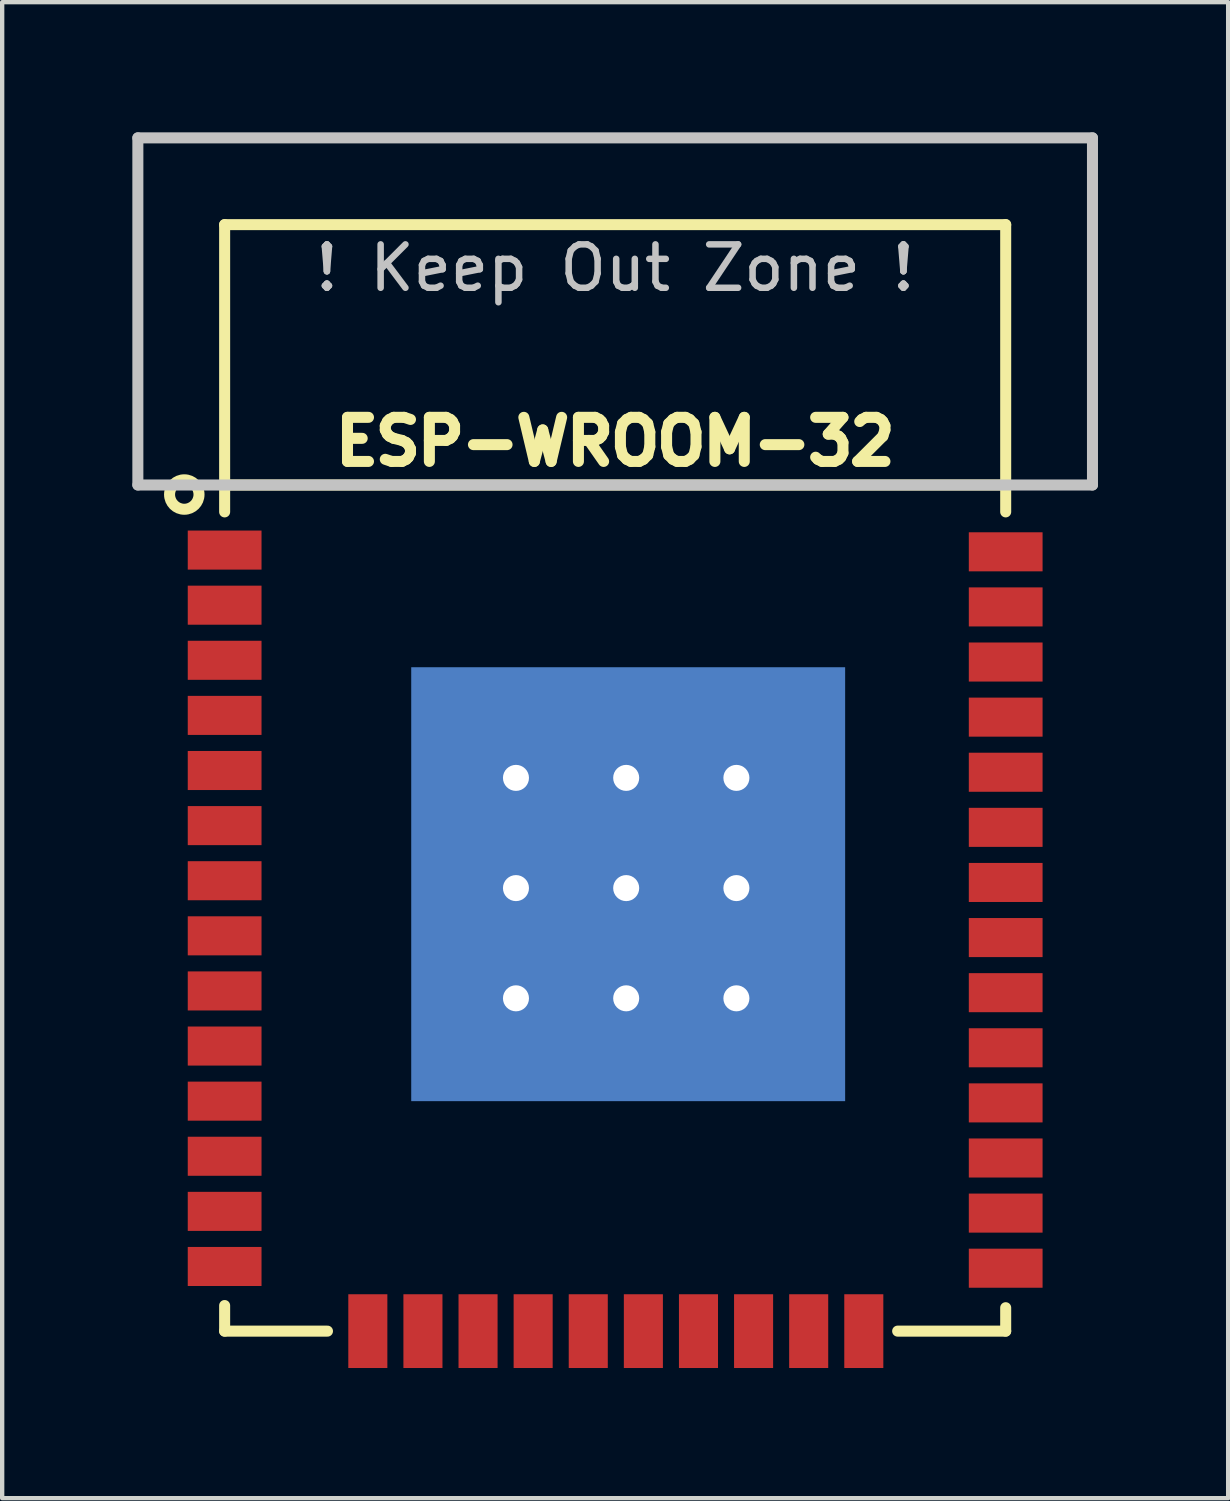
<source format=kicad_pcb>
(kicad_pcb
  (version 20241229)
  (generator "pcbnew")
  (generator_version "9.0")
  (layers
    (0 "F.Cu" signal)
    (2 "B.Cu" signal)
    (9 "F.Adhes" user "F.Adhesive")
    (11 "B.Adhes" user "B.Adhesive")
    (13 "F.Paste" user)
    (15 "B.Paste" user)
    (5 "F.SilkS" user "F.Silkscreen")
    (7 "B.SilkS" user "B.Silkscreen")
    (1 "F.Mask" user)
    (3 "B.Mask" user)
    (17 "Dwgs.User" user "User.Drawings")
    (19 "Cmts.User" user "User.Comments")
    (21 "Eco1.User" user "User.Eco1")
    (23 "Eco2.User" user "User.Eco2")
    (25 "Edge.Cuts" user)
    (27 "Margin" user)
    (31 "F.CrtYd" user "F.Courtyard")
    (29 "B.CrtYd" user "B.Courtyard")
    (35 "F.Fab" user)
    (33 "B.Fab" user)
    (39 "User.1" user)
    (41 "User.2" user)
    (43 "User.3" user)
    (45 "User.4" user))
  (footprint "ESP-WROOM-32"
    (layer "F.Cu")
    (at 11.127 14.877)
    (property "Reference" "ESP-WROOM-32" (at 0 -7.75 0) (layer "F.SilkS") (effects (font (size 1.016 1.016) (thickness 0.254))))
    (attr through_hole)
    (fp_line (start -9 -12.75) (end -9 -6.13) (stroke (width 0.254) (type solid)) (layer "F.SilkS"))
    (fp_line (start -9 -12.75) (end 9 -12.75) (stroke (width 0.254) (type solid)) (layer "F.SilkS"))
    (fp_line (start -9 -6.75) (end 9 -6.75) (stroke (width 0.254) (type solid)) (layer "F.SilkS"))
    (fp_line (start -9 12.75) (end -9 12.16) (stroke (width 0.254) (type solid)) (layer "F.SilkS"))
    (fp_line (start -9 12.75) (end -6.63 12.75) (stroke (width 0.254) (type solid)) (layer "F.SilkS"))
    (fp_line (start 9 -12.75) (end 9 -6.13) (stroke (width 0.254) (type solid)) (layer "F.SilkS"))
    (fp_line (start 9 12.75) (end 6.51 12.75) (stroke (width 0.254) (type solid)) (layer "F.SilkS"))
    (fp_line (start 9 12.75) (end 9 12.21) (stroke (width 0.254) (type solid)) (layer "F.SilkS"))
    (fp_circle (center -9.93 -6.53) (end -9.69 -6.77) (stroke (width 0.254) (type solid)) (fill no) (layer "F.SilkS"))
    (fp_line (start -11 -14.75) (end 11 -14.75) (stroke (width 0.254) (type solid)) (layer "Dwgs.User"))
    (fp_line (start -11 -6.75) (end -11 -14.75) (stroke (width 0.254) (type solid)) (layer "Dwgs.User"))
    (fp_line (start -11 -6.75) (end 11 -6.75) (stroke (width 0.254) (type solid)) (layer "Dwgs.User"))
    (fp_line (start 11 -14.75) (end 11 -6.75) (stroke (width 0.254) (type solid)) (layer "Dwgs.User"))
    (fp_text user "! Keep Out Zone !" (at 0 -11.75 0) (layer "Dwgs.User") (effects (font (size 1 1) (thickness 0.15))))
    (pad "" smd rect (at -0.999 1.066) (size 1.4 1.4) (layers "F.Paste"))
    (pad "" smd rect (at -0.974 3.733) (size 1.4 1.4) (layers "F.Paste"))
    (pad "" smd rect (at 1.541 1.066) (size 1.4 1.4) (layers "F.Paste"))
    (pad "" smd rect (at 1.566 3.733) (size 1.4 1.4) (layers "F.Paste"))
    (pad "1" smd rect (at -9 -5.25) (size 1.7 0.9) (layers "F.Cu" "F.Mask" "F.Paste"))
    (pad "2" smd rect (at -9 -3.98) (size 1.7 0.9) (layers "F.Cu" "F.Mask" "F.Paste"))
    (pad "3" smd rect (at -9 -2.71) (size 1.7 0.9) (layers "F.Cu" "F.Mask" "F.Paste"))
    (pad "4" smd rect (at -9 -1.44) (size 1.7 0.9) (layers "F.Cu" "F.Mask" "F.Paste"))
    (pad "5" smd rect (at -9 -0.17) (size 1.7 0.9) (layers "F.Cu" "F.Mask" "F.Paste"))
    (pad "6" smd rect (at -9 1.1) (size 1.7 0.9) (layers "F.Cu" "F.Mask" "F.Paste"))
    (pad "7" smd rect (at -9 2.37) (size 1.7 0.9) (layers "F.Cu" "F.Mask" "F.Paste"))
    (pad "8" smd rect (at -9 3.64) (size 1.7 0.9) (layers "F.Cu" "F.Mask" "F.Paste"))
    (pad "9" smd rect (at -9 4.91) (size 1.7 0.9) (layers "F.Cu" "F.Mask" "F.Paste"))
    (pad "10" smd rect (at -9 6.18) (size 1.7 0.9) (layers "F.Cu" "F.Mask" "F.Paste"))
    (pad "11" smd rect (at -9 7.45) (size 1.7 0.9) (layers "F.Cu" "F.Mask" "F.Paste"))
    (pad "12" smd rect (at -9 8.72) (size 1.7 0.9) (layers "F.Cu" "F.Mask" "F.Paste"))
    (pad "13" smd rect (at -9 9.99) (size 1.7 0.9) (layers "F.Cu" "F.Mask" "F.Paste"))
    (pad "14" smd rect (at -9 11.26) (size 1.7 0.9) (layers "F.Cu" "F.Mask" "F.Paste"))
    (pad "15" smd rect (at -5.7 12.75) (size 0.9 1.7) (layers "F.Cu" "F.Mask" "F.Paste"))
    (pad "16" smd rect (at -4.43 12.75) (size 0.9 1.7) (layers "F.Cu" "F.Mask" "F.Paste"))
    (pad "17" smd rect (at -3.16 12.75) (size 0.9 1.7) (layers "F.Cu" "F.Mask" "F.Paste"))
    (pad "18" smd rect (at -1.89 12.75) (size 0.9 1.7) (layers "F.Cu" "F.Mask" "F.Paste"))
    (pad "19" smd rect (at -0.62 12.75) (size 0.9 1.7) (layers "F.Cu" "F.Mask" "F.Paste"))
    (pad "20" smd rect (at 0.65 12.75) (size 0.9 1.7) (layers "F.Cu" "F.Mask" "F.Paste"))
    (pad "21" smd rect (at 1.92 12.75) (size 0.9 1.7) (layers "F.Cu" "F.Mask" "F.Paste"))
    (pad "22" smd rect (at 3.19 12.75) (size 0.9 1.7) (layers "F.Cu" "F.Mask" "F.Paste"))
    (pad "23" smd rect (at 4.46 12.75) (size 0.9 1.7) (layers "F.Cu" "F.Mask" "F.Paste"))
    (pad "24" smd rect (at 5.73 12.75) (size 0.9 1.7) (layers "F.Cu" "F.Mask" "F.Paste"))
    (pad "25" smd rect (at 9 11.3) (size 1.7 0.9) (layers "F.Cu" "F.Mask" "F.Paste"))
    (pad "26" smd rect (at 9 10.03) (size 1.7 0.9) (layers "F.Cu" "F.Mask" "F.Paste"))
    (pad "27" smd rect (at 9 8.76) (size 1.7 0.9) (layers "F.Cu" "F.Mask" "F.Paste"))
    (pad "28" smd rect (at 9 7.49) (size 1.7 0.9) (layers "F.Cu" "F.Mask" "F.Paste"))
    (pad "29" smd rect (at 9 6.22) (size 1.7 0.9) (layers "F.Cu" "F.Mask" "F.Paste"))
    (pad "30" smd rect (at 9 4.95) (size 1.7 0.9) (layers "F.Cu" "F.Mask" "F.Paste"))
    (pad "31" smd rect (at 9 3.68) (size 1.7 0.9) (layers "F.Cu" "F.Mask" "F.Paste"))
    (pad "32" smd rect (at 9 2.41) (size 1.7 0.9) (layers "F.Cu" "F.Mask" "F.Paste"))
    (pad "33" smd rect (at 9 1.14) (size 1.7 0.9) (layers "F.Cu" "F.Mask" "F.Paste"))
    (pad "34" smd rect (at 9 -0.13) (size 1.7 0.9) (layers "F.Cu" "F.Mask" "F.Paste"))
    (pad "35" smd rect (at 9 -1.4) (size 1.7 0.9) (layers "F.Cu" "F.Mask" "F.Paste"))
    (pad "36" smd rect (at 9 -2.67) (size 1.7 0.9) (layers "F.Cu" "F.Mask" "F.Paste"))
    (pad "37" smd rect (at 9 -3.94) (size 1.7 0.9) (layers "F.Cu" "F.Mask" "F.Paste"))
    (pad "38" smd rect (at 9 -5.21) (size 1.7 0.9) (layers "F.Cu" "F.Mask" "F.Paste"))
    (pad "39" thru_hole circle (at -2.286 0) (size 0.7 0.7) (drill 0.6) (layers "*.Cu" "F.Mask"))
    (pad "39" thru_hole circle (at -2.286 2.54) (size 0.7 0.7) (drill 0.6) (layers "*.Cu" "F.Mask"))
    (pad "39" thru_hole circle (at -2.286 5.08) (size 0.7 0.7) (drill 0.6) (layers "*.Cu" "F.Mask"))
    (pad "39" thru_hole circle (at 0.254 0) (size 0.7 0.7) (drill 0.6) (layers "*.Cu" "F.Mask"))
    (pad "39" thru_hole circle (at 0.254 2.54) (size 0.7 0.7) (drill 0.6) (layers "*.Cu" "F.Mask"))
    (pad "39" thru_hole circle (at 0.254 5.08) (size 0.7 0.7) (drill 0.6) (layers "*.Cu" "F.Mask"))
    (pad "39" smd rect (at 0.3 2.45) (size 6 6) (layers "F.Cu" "F.Mask"))
    (pad "39" smd rect (at 0.3 2.45) (size 6 6) (layers "B.Cu"))
    (pad "39" smd rect (at 0.3 2.45) (size 10 10) (layers "B.Cu"))
    (pad "39" thru_hole circle (at 2.794 0) (size 0.7 0.7) (drill 0.6) (layers "*.Cu" "F.Mask"))
    (pad "39" thru_hole circle (at 2.794 2.54) (size 0.7 0.7) (drill 0.6) (layers "*.Cu" "F.Mask"))
    (pad "39" thru_hole circle (at 2.794 5.08) (size 0.7 0.7) (drill 0.6) (layers "*.Cu" "F.Mask")))
  (gr_rect
    (start -3 -3)
    (end 25.254 31.477)
    (stroke (width 0.1) (type default))
    (fill no)
    (layer "Edge.Cuts")))
</source>
